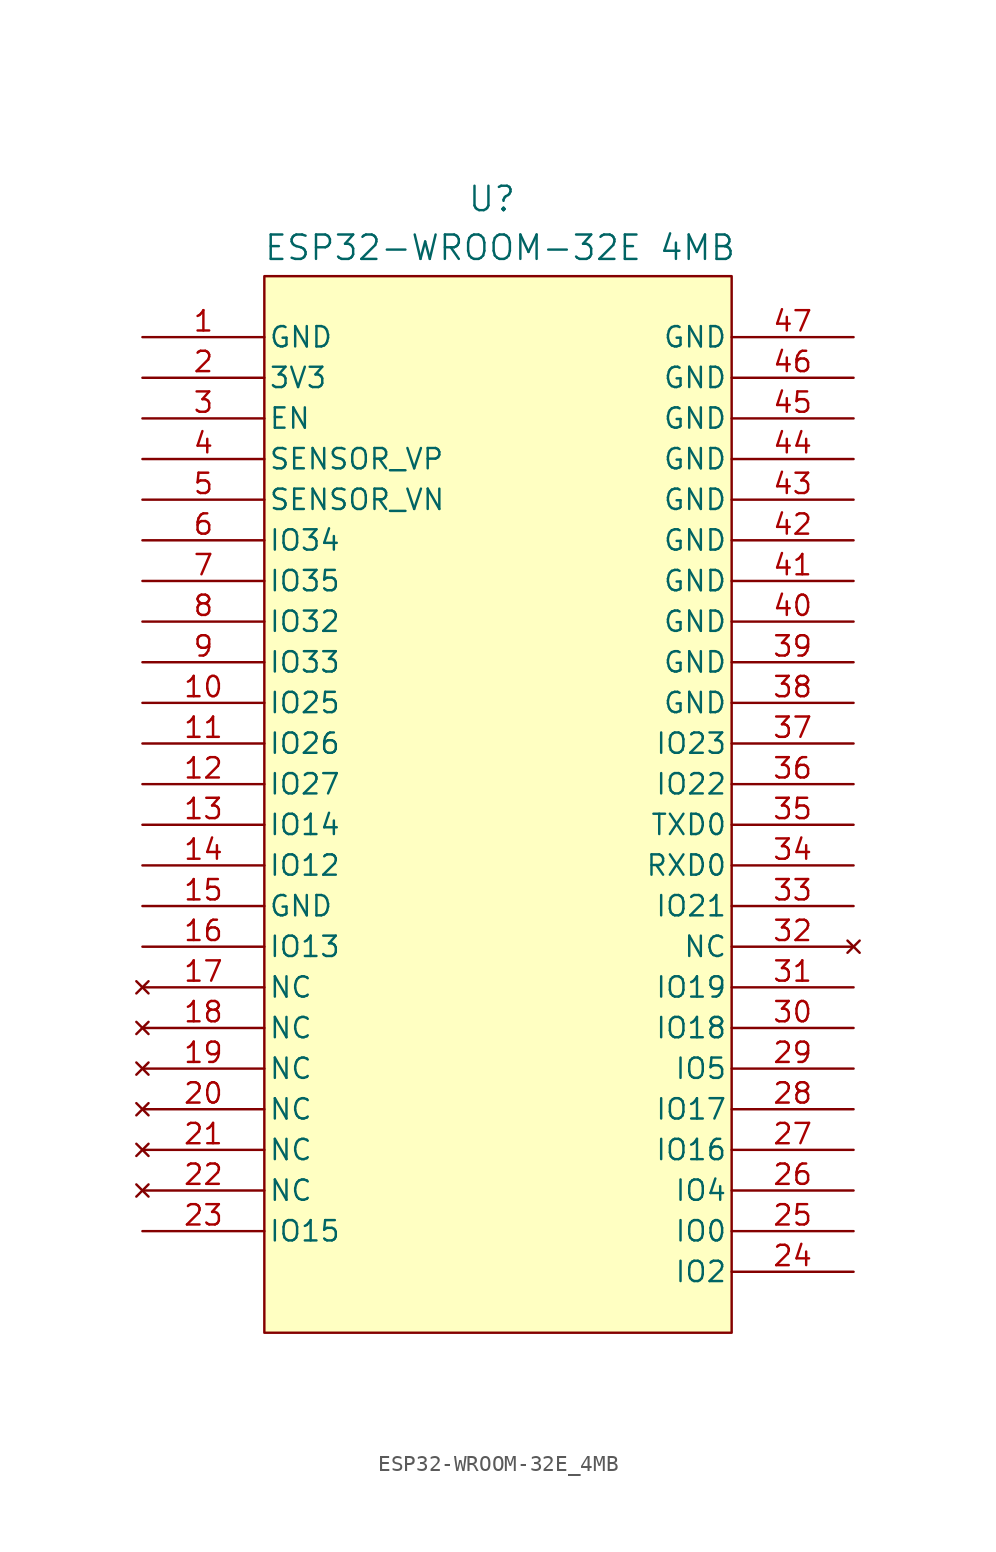
<source format=kicad_sym>
(kicad_symbol_lib
  (version 20241209)
  (generator "kicad_symbol_editor")
  (generator_version "9.0")
  (symbol "ESP32-WROOM-32E_4MB"
    (pin_names
      (offset 0.254))
    (property "Reference" "U"
      (at 21.844 8.636 0)
      (effects (font (size 1.524 1.524))))
    (property "Value" "ESP32-WROOM-32E 4MB"
      (at 22.352 5.588 0)
      (effects (font (size 1.524 1.524))))
    (property "ki_locked" ""
      (at 0 0 0)
      (effects (font (size 1.27 1.27))))
    (symbol "ESP32-WROOM-32E_4MB_0_1"
      (pin power_out line (at 0 0 0) (length 7.62) (name "GND" (effects (font (size 1.27 1.27)))) (number "1" (effects (font (size 1.27 1.27)))))
      (pin power_in line (at 0 -2.54 0) (length 7.62) (name "3V3" (effects (font (size 1.27 1.27)))) (number "2" (effects (font (size 1.27 1.27)))))
      (pin input line (at 0 -5.08 0) (length 7.62) (name "EN" (effects (font (size 1.27 1.27)))) (number "3" (effects (font (size 1.27 1.27)))))
      (pin input line (at 0 -7.62 0) (length 7.62) (name "SENSOR_VP" (effects (font (size 1.27 1.27)))) (number "4" (effects (font (size 1.27 1.27)))))
      (pin input line (at 0 -10.16 0) (length 7.62) (name "SENSOR_VN" (effects (font (size 1.27 1.27)))) (number "5" (effects (font (size 1.27 1.27)))))
      (pin input line (at 0 -12.7 0) (length 7.62) (name "IO34" (effects (font (size 1.27 1.27)))) (number "6" (effects (font (size 1.27 1.27)))))
      (pin input line (at 0 -15.24 0) (length 7.62) (name "IO35" (effects (font (size 1.27 1.27)))) (number "7" (effects (font (size 1.27 1.27)))))
      (pin bidirectional line (at 0 -17.78 0) (length 7.62) (name "IO32" (effects (font (size 1.27 1.27)))) (number "8" (effects (font (size 1.27 1.27)))))
      (pin bidirectional line (at 0 -20.32 0) (length 7.62) (name "IO33" (effects (font (size 1.27 1.27)))) (number "9" (effects (font (size 1.27 1.27)))))
      (pin bidirectional line (at 0 -22.86 0) (length 7.62) (name "IO25" (effects (font (size 1.27 1.27)))) (number "10" (effects (font (size 1.27 1.27)))))
      (pin bidirectional line (at 0 -25.4 0) (length 7.62) (name "IO26" (effects (font (size 1.27 1.27)))) (number "11" (effects (font (size 1.27 1.27)))))
      (pin bidirectional line (at 0 -27.94 0) (length 7.62) (name "IO27" (effects (font (size 1.27 1.27)))) (number "12" (effects (font (size 1.27 1.27)))))
      (pin bidirectional line (at 0 -30.48 0) (length 7.62) (name "IO14" (effects (font (size 1.27 1.27)))) (number "13" (effects (font (size 1.27 1.27)))))
      (pin bidirectional line (at 0 -33.02 0) (length 7.62) (name "IO12" (effects (font (size 1.27 1.27)))) (number "14" (effects (font (size 1.27 1.27)))))
      (pin power_out line (at 0 -35.56 0) (length 7.62) (name "GND" (effects (font (size 1.27 1.27)))) (number "15" (effects (font (size 1.27 1.27)))))
      (pin bidirectional line (at 0 -38.1 0) (length 7.62) (name "IO13" (effects (font (size 1.27 1.27)))) (number "16" (effects (font (size 1.27 1.27)))))
      (pin no_connect line (at 0 -40.64 0) (length 7.62) (name "NC" (effects (font (size 1.27 1.27)))) (number "17" (effects (font (size 1.27 1.27)))))
      (pin no_connect line (at 0 -43.18 0) (length 7.62) (name "NC" (effects (font (size 1.27 1.27)))) (number "18" (effects (font (size 1.27 1.27)))))
      (pin no_connect line (at 0 -45.72 0) (length 7.62) (name "NC" (effects (font (size 1.27 1.27)))) (number "19" (effects (font (size 1.27 1.27)))))
      (pin no_connect line (at 0 -48.26 0) (length 7.62) (name "NC" (effects (font (size 1.27 1.27)))) (number "20" (effects (font (size 1.27 1.27)))))
      (pin no_connect line (at 0 -50.8 0) (length 7.62) (name "NC" (effects (font (size 1.27 1.27)))) (number "21" (effects (font (size 1.27 1.27)))))
      (pin no_connect line (at 0 -53.34 0) (length 7.62) (name "NC" (effects (font (size 1.27 1.27)))) (number "22" (effects (font (size 1.27 1.27)))))
      (pin bidirectional line (at 0 -55.88 0) (length 7.62) (name "IO15" (effects (font (size 1.27 1.27)))) (number "23" (effects (font (size 1.27 1.27)))))
      (pin power_out line (at 44.45 0 180) (length 7.62) (name "GND" (effects (font (size 1.27 1.27)))) (number "47" (effects (font (size 1.27 1.27)))))
      (pin power_out line (at 44.45 -2.54 180) (length 7.62) (name "GND" (effects (font (size 1.27 1.27)))) (number "46" (effects (font (size 1.27 1.27)))))
      (pin power_out line (at 44.45 -5.08 180) (length 7.62) (name "GND" (effects (font (size 1.27 1.27)))) (number "45" (effects (font (size 1.27 1.27)))))
      (pin power_out line (at 44.45 -7.62 180) (length 7.62) (name "GND" (effects (font (size 1.27 1.27)))) (number "44" (effects (font (size 1.27 1.27)))))
      (pin power_out line (at 44.45 -10.16 180) (length 7.62) (name "GND" (effects (font (size 1.27 1.27)))) (number "43" (effects (font (size 1.27 1.27)))))
      (pin power_out line (at 44.45 -12.7 180) (length 7.62) (name "GND" (effects (font (size 1.27 1.27)))) (number "42" (effects (font (size 1.27 1.27)))))
      (pin power_out line (at 44.45 -15.24 180) (length 7.62) (name "GND" (effects (font (size 1.27 1.27)))) (number "41" (effects (font (size 1.27 1.27)))))
      (pin power_out line (at 44.45 -17.78 180) (length 7.62) (name "GND" (effects (font (size 1.27 1.27)))) (number "40" (effects (font (size 1.27 1.27)))))
      (pin power_out line (at 44.45 -20.32 180) (length 7.62) (name "GND" (effects (font (size 1.27 1.27)))) (number "39" (effects (font (size 1.27 1.27)))))
      (pin power_out line (at 44.45 -22.86 180) (length 7.62) (name "GND" (effects (font (size 1.27 1.27)))) (number "38" (effects (font (size 1.27 1.27)))))
      (pin bidirectional line (at 44.45 -25.4 180) (length 7.62) (name "IO23" (effects (font (size 1.27 1.27)))) (number "37" (effects (font (size 1.27 1.27)))))
      (pin bidirectional line (at 44.45 -27.94 180) (length 7.62) (name "IO22" (effects (font (size 1.27 1.27)))) (number "36" (effects (font (size 1.27 1.27)))))
      (pin bidirectional line (at 44.45 -30.48 180) (length 7.62) (name "TXD0" (effects (font (size 1.27 1.27)))) (number "35" (effects (font (size 1.27 1.27)))))
      (pin bidirectional line (at 44.45 -33.02 180) (length 7.62) (name "RXD0" (effects (font (size 1.27 1.27)))) (number "34" (effects (font (size 1.27 1.27)))))
      (pin bidirectional line (at 44.45 -35.56 180) (length 7.62) (name "IO21" (effects (font (size 1.27 1.27)))) (number "33" (effects (font (size 1.27 1.27)))))
      (pin no_connect line (at 44.45 -38.1 180) (length 7.62) (name "NC" (effects (font (size 1.27 1.27)))) (number "32" (effects (font (size 1.27 1.27)))))
      (pin bidirectional line (at 44.45 -40.64 180) (length 7.62) (name "IO19" (effects (font (size 1.27 1.27)))) (number "31" (effects (font (size 1.27 1.27)))))
      (pin bidirectional line (at 44.45 -43.18 180) (length 7.62) (name "IO18" (effects (font (size 1.27 1.27)))) (number "30" (effects (font (size 1.27 1.27)))))
      (pin bidirectional line (at 44.45 -45.72 180) (length 7.62) (name "IO5" (effects (font (size 1.27 1.27)))) (number "29" (effects (font (size 1.27 1.27)))))
      (pin bidirectional line (at 44.45 -48.26 180) (length 7.62) (name "IO17" (effects (font (size 1.27 1.27)))) (number "28" (effects (font (size 1.27 1.27)))))
      (pin bidirectional line (at 44.45 -50.8 180) (length 7.62) (name "IO16" (effects (font (size 1.27 1.27)))) (number "27" (effects (font (size 1.27 1.27)))))
      (pin bidirectional line (at 44.45 -53.34 180) (length 7.62) (name "IO4" (effects (font (size 1.27 1.27)))) (number "26" (effects (font (size 1.27 1.27)))))
      (pin bidirectional line (at 44.45 -55.88 180) (length 7.62) (name "IO0" (effects (font (size 1.27 1.27)))) (number "25" (effects (font (size 1.27 1.27)))))
      (pin bidirectional line (at 44.45 -58.42 180) (length 7.62) (name "IO2" (effects (font (size 1.27 1.27)))) (number "24" (effects (font (size 1.27 1.27))))))
    (symbol "ESP32-WROOM-32E_4MB_1_1"
      (rectangle (start 7.62 3.81) (end 36.83 -62.23) (stroke (width 0) (type default)) (fill (type background))))))
</source>
